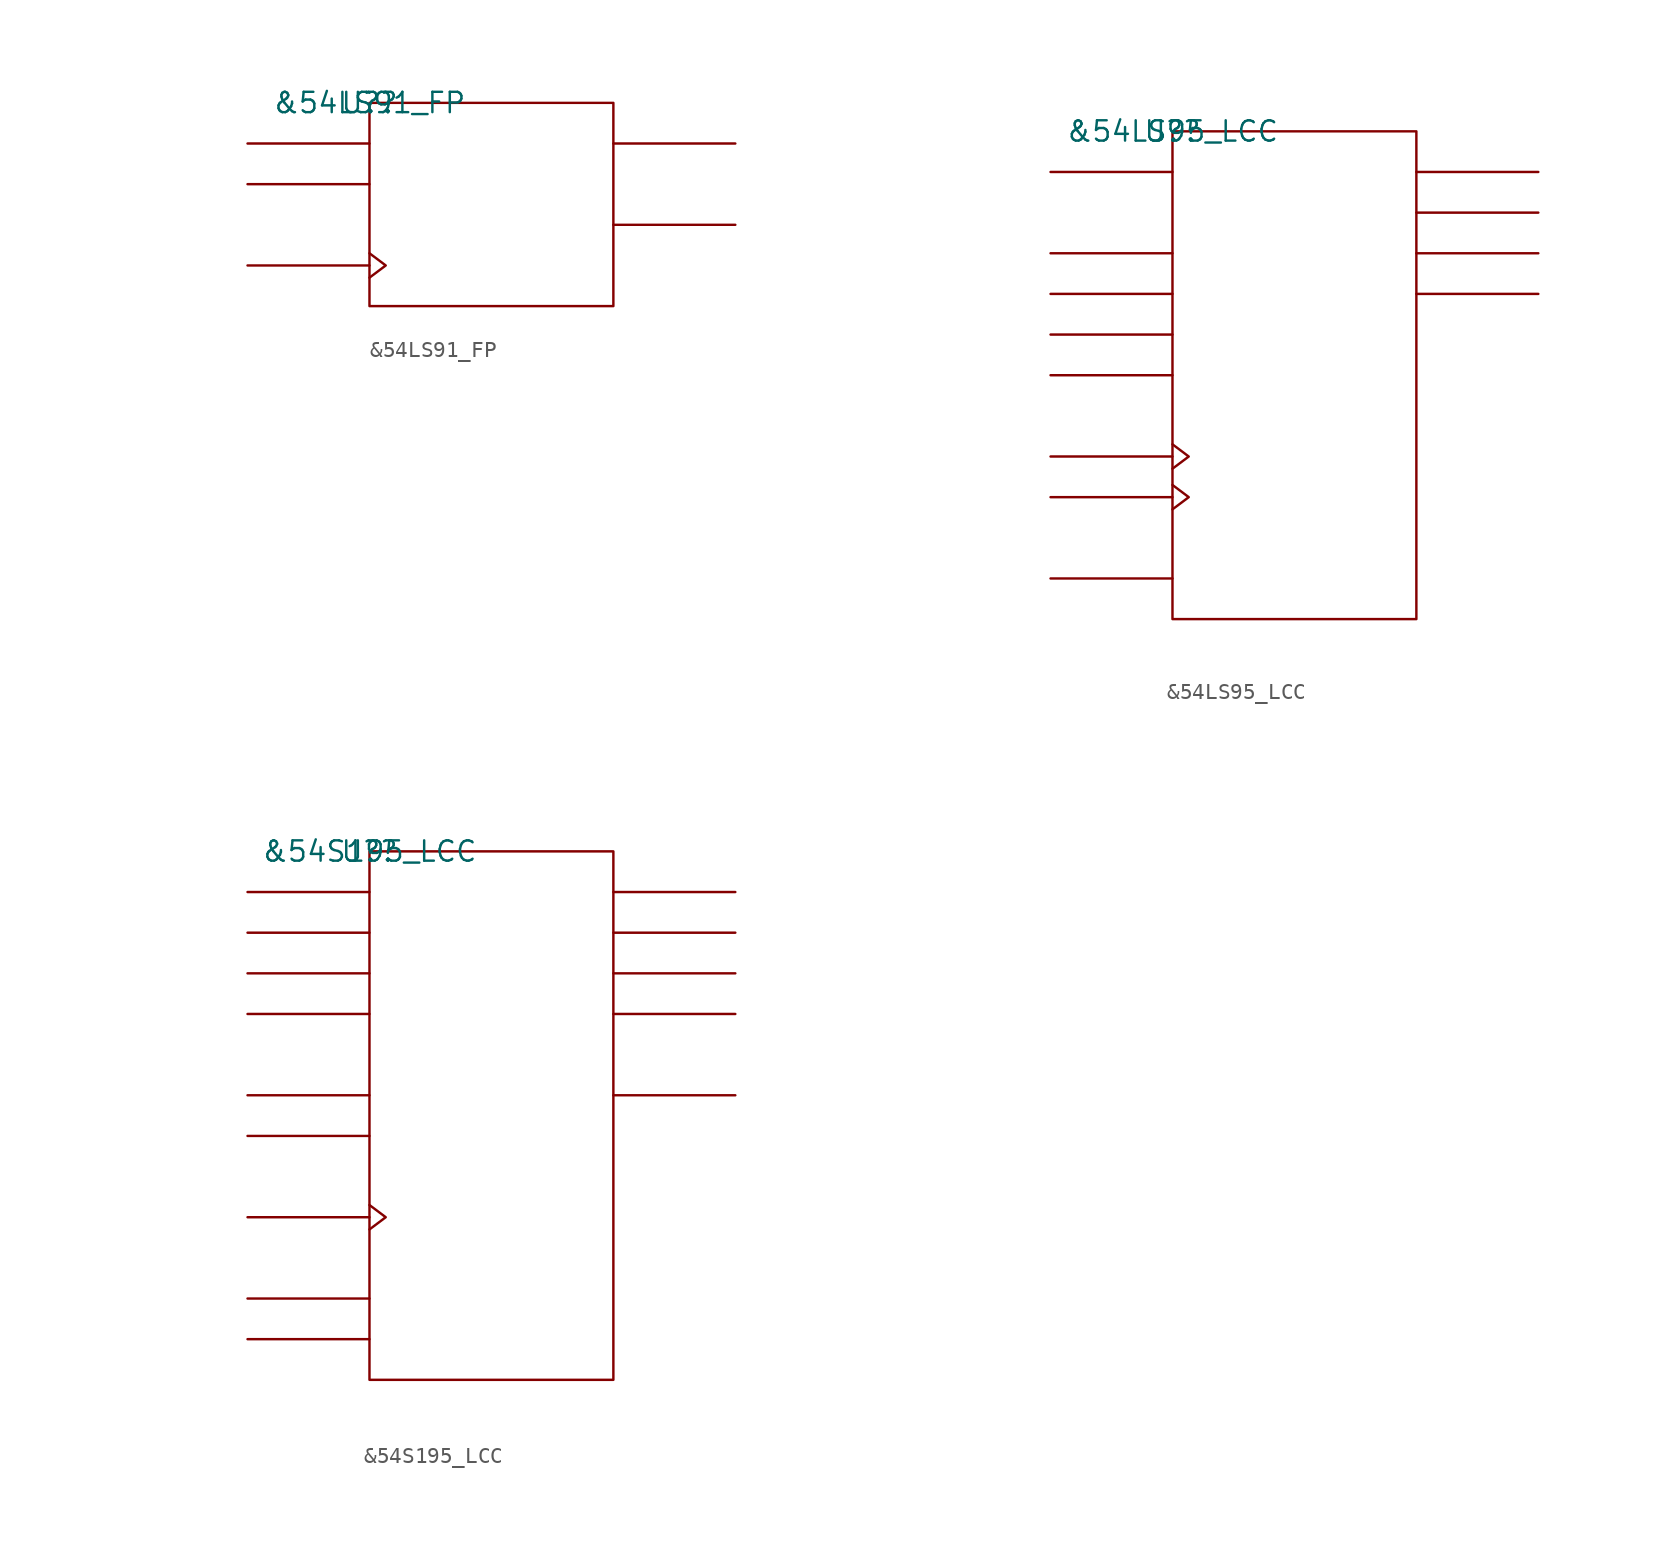
<source format=kicad_sym>
(kicad_symbol_lib
  (version 20211014)
  (generator kicad_symbol_editor)
  (symbol "&54LS91_FP"
    (pin_names
      (offset 0.762))
    (property "Reference" "U?"
      (at 0 0 0)
      (effects (font (size 1.27 1.27))))
    (property "Value" "&54LS91_FP"
      (at 0 0 0)
      (effects (font (size 1.27 1.27))))
    (symbol "&54LS91_FP_0_1"
      (rectangle (start 0 -12.7) (end 15.24 0) (stroke (width 0) (type default) (color 0 0 0 0)) (fill (type none)))
      (polyline (pts (xy 0 -10.16) (xy -7.62 -10.16)) (stroke (width 0) (type default) (color 0 0 0 0)) (fill (type none)))
      (polyline (pts (xy 0 -5.08) (xy -7.62 -5.08)) (stroke (width 0) (type default) (color 0 0 0 0)) (fill (type none)))
      (polyline (pts (xy 0 -2.54) (xy -7.62 -2.54)) (stroke (width 0) (type default) (color 0 0 0 0)) (fill (type none)))
      (polyline (pts (xy 15.24 -7.62) (xy 22.86 -7.62)) (stroke (width 0) (type default) (color 0 0 0 0)) (fill (type none)))
      (polyline (pts (xy 15.24 -2.54) (xy 22.86 -2.54)) (stroke (width 0) (type default) (color 0 0 0 0)) (fill (type none)))
      (polyline (pts (xy 0 -9.398) (xy 1.016 -10.16) (xy 0 -10.922)) (stroke (width 0) (type default) (color 0 0 0 0)) (fill (type none))))
    (symbol "&54LS91_FP_1_1"
      (pin unspecified line (at -7.62 -2.54 0) (length 7.62) hide (name "A" (effects (font (size 1.245 1.245)))) (number "10" (effects (font (size 1.245 1.245)))))
      (pin power_in line (at 7.62 -12.7 180) (length 7.62) hide (name "GND" (effects (font (size 1.245 1.245)))) (number "11" (effects (font (size 1.245 1.245)))))
      (pin unspecified line (at -7.62 -5.08 0) (length 7.62) hide (name "B" (effects (font (size 1.245 1.245)))) (number "12" (effects (font (size 1.245 1.245)))))
      (pin unspecified line (at 22.86 -2.54 180) (length 7.62) hide (name "QH" (effects (font (size 1.245 1.245)))) (number "13" (effects (font (size 1.245 1.245)))))
      (pin unspecified line (at 22.86 -7.62 180) (length 7.62) hide (name "Q\\H\\" (effects (font (size 1.245 1.245)))) (number "14" (effects (font (size 1.245 1.245)))))
      (pin power_in line (at 5.08 0 0) (length 7.62) hide (name "VCC" (effects (font (size 1.245 1.245)))) (number "4" (effects (font (size 1.245 1.245)))))
      (pin unspecified line (at -7.62 -10.16 180) (length 7.62) hide (name "CLK" (effects (font (size 1.245 1.245)))) (number "9" (effects (font (size 1.245 1.245)))))))
  (symbol "&54LS95_LCC"
    (pin_names
      (offset 0.762))
    (property "Reference" "U?"
      (at 0 0 0)
      (effects (font (size 1.27 1.27))))
    (property "Value" "&54LS95_LCC"
      (at 0 0 0)
      (effects (font (size 1.27 1.27))))
    (symbol "&54LS95_LCC_0_1"
      (rectangle (start 0 -30.48) (end 15.24 0) (stroke (width 0) (type default) (color 0 0 0 0)) (fill (type none)))
      (polyline (pts (xy 0 -27.94) (xy -7.62 -27.94)) (stroke (width 0) (type default) (color 0 0 0 0)) (fill (type none)))
      (polyline (pts (xy 0 -22.86) (xy -7.62 -22.86)) (stroke (width 0) (type default) (color 0 0 0 0)) (fill (type none)))
      (polyline (pts (xy 0 -20.32) (xy -7.62 -20.32)) (stroke (width 0) (type default) (color 0 0 0 0)) (fill (type none)))
      (polyline (pts (xy 0 -15.24) (xy -7.62 -15.24)) (stroke (width 0) (type default) (color 0 0 0 0)) (fill (type none)))
      (polyline (pts (xy 0 -12.7) (xy -7.62 -12.7)) (stroke (width 0) (type default) (color 0 0 0 0)) (fill (type none)))
      (polyline (pts (xy 0 -10.16) (xy -7.62 -10.16)) (stroke (width 0) (type default) (color 0 0 0 0)) (fill (type none)))
      (polyline (pts (xy 0 -7.62) (xy -7.62 -7.62)) (stroke (width 0) (type default) (color 0 0 0 0)) (fill (type none)))
      (polyline (pts (xy 0 -2.54) (xy -7.62 -2.54)) (stroke (width 0) (type default) (color 0 0 0 0)) (fill (type none)))
      (polyline (pts (xy 15.24 -10.16) (xy 22.86 -10.16)) (stroke (width 0) (type default) (color 0 0 0 0)) (fill (type none)))
      (polyline (pts (xy 15.24 -7.62) (xy 22.86 -7.62)) (stroke (width 0) (type default) (color 0 0 0 0)) (fill (type none)))
      (polyline (pts (xy 15.24 -5.08) (xy 22.86 -5.08)) (stroke (width 0) (type default) (color 0 0 0 0)) (fill (type none)))
      (polyline (pts (xy 15.24 -2.54) (xy 22.86 -2.54)) (stroke (width 0) (type default) (color 0 0 0 0)) (fill (type none)))
      (polyline (pts (xy 0 -22.098) (xy 1.016 -22.86) (xy 0 -23.622)) (stroke (width 0) (type default) (color 0 0 0 0)) (fill (type none)))
      (polyline (pts (xy 0 -19.558) (xy 1.016 -20.32) (xy 0 -21.082)) (stroke (width 0) (type default) (color 0 0 0 0)) (fill (type none))))
    (symbol "&54LS95_LCC_1_1"
      (pin power_in line (at 10.16 -30.48 0) (length 7.62) hide (name "GND" (effects (font (size 1.397 1.397)))) (number "10" (effects (font (size 1.397 1.397)))))
      (pin unspecified line (at -7.62 -22.86 180) (length 7.62) hide (name "CLK2" (effects (font (size 1.397 1.397)))) (number "12" (effects (font (size 1.397 1.397)))))
      (pin unspecified line (at -7.62 -20.32 180) (length 7.62) hide (name "CLK1" (effects (font (size 1.397 1.397)))) (number "13" (effects (font (size 1.397 1.397)))))
      (pin unspecified line (at 22.86 -10.16 180) (length 7.62) hide (name "QD" (effects (font (size 1.397 1.397)))) (number "14" (effects (font (size 1.397 1.397)))))
      (pin unspecified line (at 22.86 -7.62 180) (length 7.62) hide (name "QC" (effects (font (size 1.397 1.397)))) (number "16" (effects (font (size 1.397 1.397)))))
      (pin unspecified line (at 22.86 -5.08 180) (length 7.62) hide (name "QB" (effects (font (size 1.397 1.397)))) (number "18" (effects (font (size 1.397 1.397)))))
      (pin unspecified line (at 22.86 -2.54 180) (length 7.62) hide (name "QA" (effects (font (size 1.397 1.397)))) (number "19" (effects (font (size 1.397 1.397)))))
      (pin unspecified line (at -7.62 -2.54 0) (length 7.62) hide (name "SDI" (effects (font (size 1.397 1.397)))) (number "2" (effects (font (size 1.397 1.397)))))
      (pin power_in line (at 7.62 0 0) (length 7.62) hide (name "VCC" (effects (font (size 1.397 1.397)))) (number "20" (effects (font (size 1.397 1.397)))))
      (pin unspecified line (at -7.62 -7.62 0) (length 7.62) hide (name "A" (effects (font (size 1.397 1.397)))) (number "3" (effects (font (size 1.397 1.397)))))
      (pin unspecified line (at -7.62 -10.16 0) (length 7.62) hide (name "B" (effects (font (size 1.397 1.397)))) (number "4" (effects (font (size 1.397 1.397)))))
      (pin unspecified line (at -7.62 -12.7 0) (length 7.62) hide (name "C" (effects (font (size 1.397 1.397)))) (number "6" (effects (font (size 1.397 1.397)))))
      (pin unspecified line (at -7.62 -15.24 0) (length 7.62) hide (name "D" (effects (font (size 1.397 1.397)))) (number "8" (effects (font (size 1.397 1.397)))))
      (pin unspecified line (at -7.62 -27.94 0) (length 7.62) hide (name "MODE" (effects (font (size 1.397 1.397)))) (number "9" (effects (font (size 1.397 1.397)))))))
  (symbol "&54S195_LCC"
    (pin_names
      (offset 0.762))
    (property "Reference" "U?"
      (at 0 0 0)
      (effects (font (size 1.27 1.27))))
    (property "Value" "&54S195_LCC"
      (at 0 0 0)
      (effects (font (size 1.27 1.27))))
    (symbol "&54S195_LCC_0_1"
      (rectangle (start 0 -33.02) (end 15.24 0) (stroke (width 0) (type default) (color 0 0 0 0)) (fill (type none)))
      (polyline (pts (xy 0 -30.48) (xy -7.62 -30.48)) (stroke (width 0) (type default) (color 0 0 0 0)) (fill (type none)))
      (polyline (pts (xy 0 -27.94) (xy -7.62 -27.94)) (stroke (width 0) (type default) (color 0 0 0 0)) (fill (type none)))
      (polyline (pts (xy 0 -22.86) (xy -7.62 -22.86)) (stroke (width 0) (type default) (color 0 0 0 0)) (fill (type none)))
      (polyline (pts (xy 0 -17.78) (xy -7.62 -17.78)) (stroke (width 0) (type default) (color 0 0 0 0)) (fill (type none)))
      (polyline (pts (xy 0 -15.24) (xy -7.62 -15.24)) (stroke (width 0) (type default) (color 0 0 0 0)) (fill (type none)))
      (polyline (pts (xy 0 -10.16) (xy -7.62 -10.16)) (stroke (width 0) (type default) (color 0 0 0 0)) (fill (type none)))
      (polyline (pts (xy 0 -7.62) (xy -7.62 -7.62)) (stroke (width 0) (type default) (color 0 0 0 0)) (fill (type none)))
      (polyline (pts (xy 0 -5.08) (xy -7.62 -5.08)) (stroke (width 0) (type default) (color 0 0 0 0)) (fill (type none)))
      (polyline (pts (xy 0 -2.54) (xy -7.62 -2.54)) (stroke (width 0) (type default) (color 0 0 0 0)) (fill (type none)))
      (polyline (pts (xy 15.24 -15.24) (xy 22.86 -15.24)) (stroke (width 0) (type default) (color 0 0 0 0)) (fill (type none)))
      (polyline (pts (xy 15.24 -10.16) (xy 22.86 -10.16)) (stroke (width 0) (type default) (color 0 0 0 0)) (fill (type none)))
      (polyline (pts (xy 15.24 -7.62) (xy 22.86 -7.62)) (stroke (width 0) (type default) (color 0 0 0 0)) (fill (type none)))
      (polyline (pts (xy 15.24 -5.08) (xy 22.86 -5.08)) (stroke (width 0) (type default) (color 0 0 0 0)) (fill (type none)))
      (polyline (pts (xy 15.24 -2.54) (xy 22.86 -2.54)) (stroke (width 0) (type default) (color 0 0 0 0)) (fill (type none)))
      (polyline (pts (xy 0 -22.098) (xy 1.016 -22.86) (xy 0 -23.622)) (stroke (width 0) (type default) (color 0 0 0 0)) (fill (type none))))
    (symbol "&54S195_LCC_1_1"
      (pin power_in line (at 10.16 -33.02 0) (length 7.62) hide (name "GND" (effects (font (size 1.245 1.245)))) (number "10" (effects (font (size 1.245 1.245)))))
      (pin unspecified line (at -7.62 -30.48 0) (length 7.62) hide (name "SH/L\\D\\" (effects (font (size 1.245 1.245)))) (number "12" (effects (font (size 1.245 1.245)))))
      (pin unspecified line (at -7.62 -22.86 180) (length 7.62) hide (name "CLK" (effects (font (size 1.245 1.245)))) (number "13" (effects (font (size 1.245 1.245)))))
      (pin unspecified line (at 22.86 -15.24 180) (length 7.62) hide (name "Q\\D\\" (effects (font (size 1.245 1.245)))) (number "14" (effects (font (size 1.245 1.245)))))
      (pin unspecified line (at 22.86 -10.16 180) (length 7.62) hide (name "QD" (effects (font (size 1.245 1.245)))) (number "15" (effects (font (size 1.245 1.245)))))
      (pin unspecified line (at 22.86 -7.62 180) (length 7.62) hide (name "QC" (effects (font (size 1.245 1.245)))) (number "17" (effects (font (size 1.245 1.245)))))
      (pin unspecified line (at 22.86 -5.08 180) (length 7.62) hide (name "QB" (effects (font (size 1.245 1.245)))) (number "18" (effects (font (size 1.245 1.245)))))
      (pin unspecified line (at 22.86 -2.54 180) (length 7.62) hide (name "QA" (effects (font (size 1.245 1.245)))) (number "19" (effects (font (size 1.245 1.245)))))
      (pin unspecified line (at -7.62 -27.94 0) (length 7.62) hide (name "C\\L\\R\\" (effects (font (size 1.245 1.245)))) (number "2" (effects (font (size 1.245 1.245)))))
      (pin power_in line (at 5.08 0 180) (length 7.62) hide (name "VCC" (effects (font (size 1.245 1.245)))) (number "20" (effects (font (size 1.245 1.245)))))
      (pin unspecified line (at -7.62 -15.24 0) (length 7.62) hide (name "J" (effects (font (size 1.245 1.245)))) (number "3" (effects (font (size 1.245 1.245)))))
      (pin unspecified line (at -7.62 -17.78 0) (length 7.62) hide (name "K\\" (effects (font (size 1.245 1.245)))) (number "4" (effects (font (size 1.245 1.245)))))
      (pin unspecified line (at -7.62 -2.54 0) (length 7.62) hide (name "A" (effects (font (size 1.245 1.245)))) (number "5" (effects (font (size 1.245 1.245)))))
      (pin unspecified line (at -7.62 -5.08 0) (length 7.62) hide (name "B" (effects (font (size 1.245 1.245)))) (number "7" (effects (font (size 1.245 1.245)))))
      (pin unspecified line (at -7.62 -7.62 0) (length 7.62) hide (name "C" (effects (font (size 1.245 1.245)))) (number "8" (effects (font (size 1.245 1.245)))))
      (pin unspecified line (at -7.62 -10.16 0) (length 7.62) hide (name "D" (effects (font (size 1.245 1.245)))) (number "9" (effects (font (size 1.245 1.245))))))))
</source>
